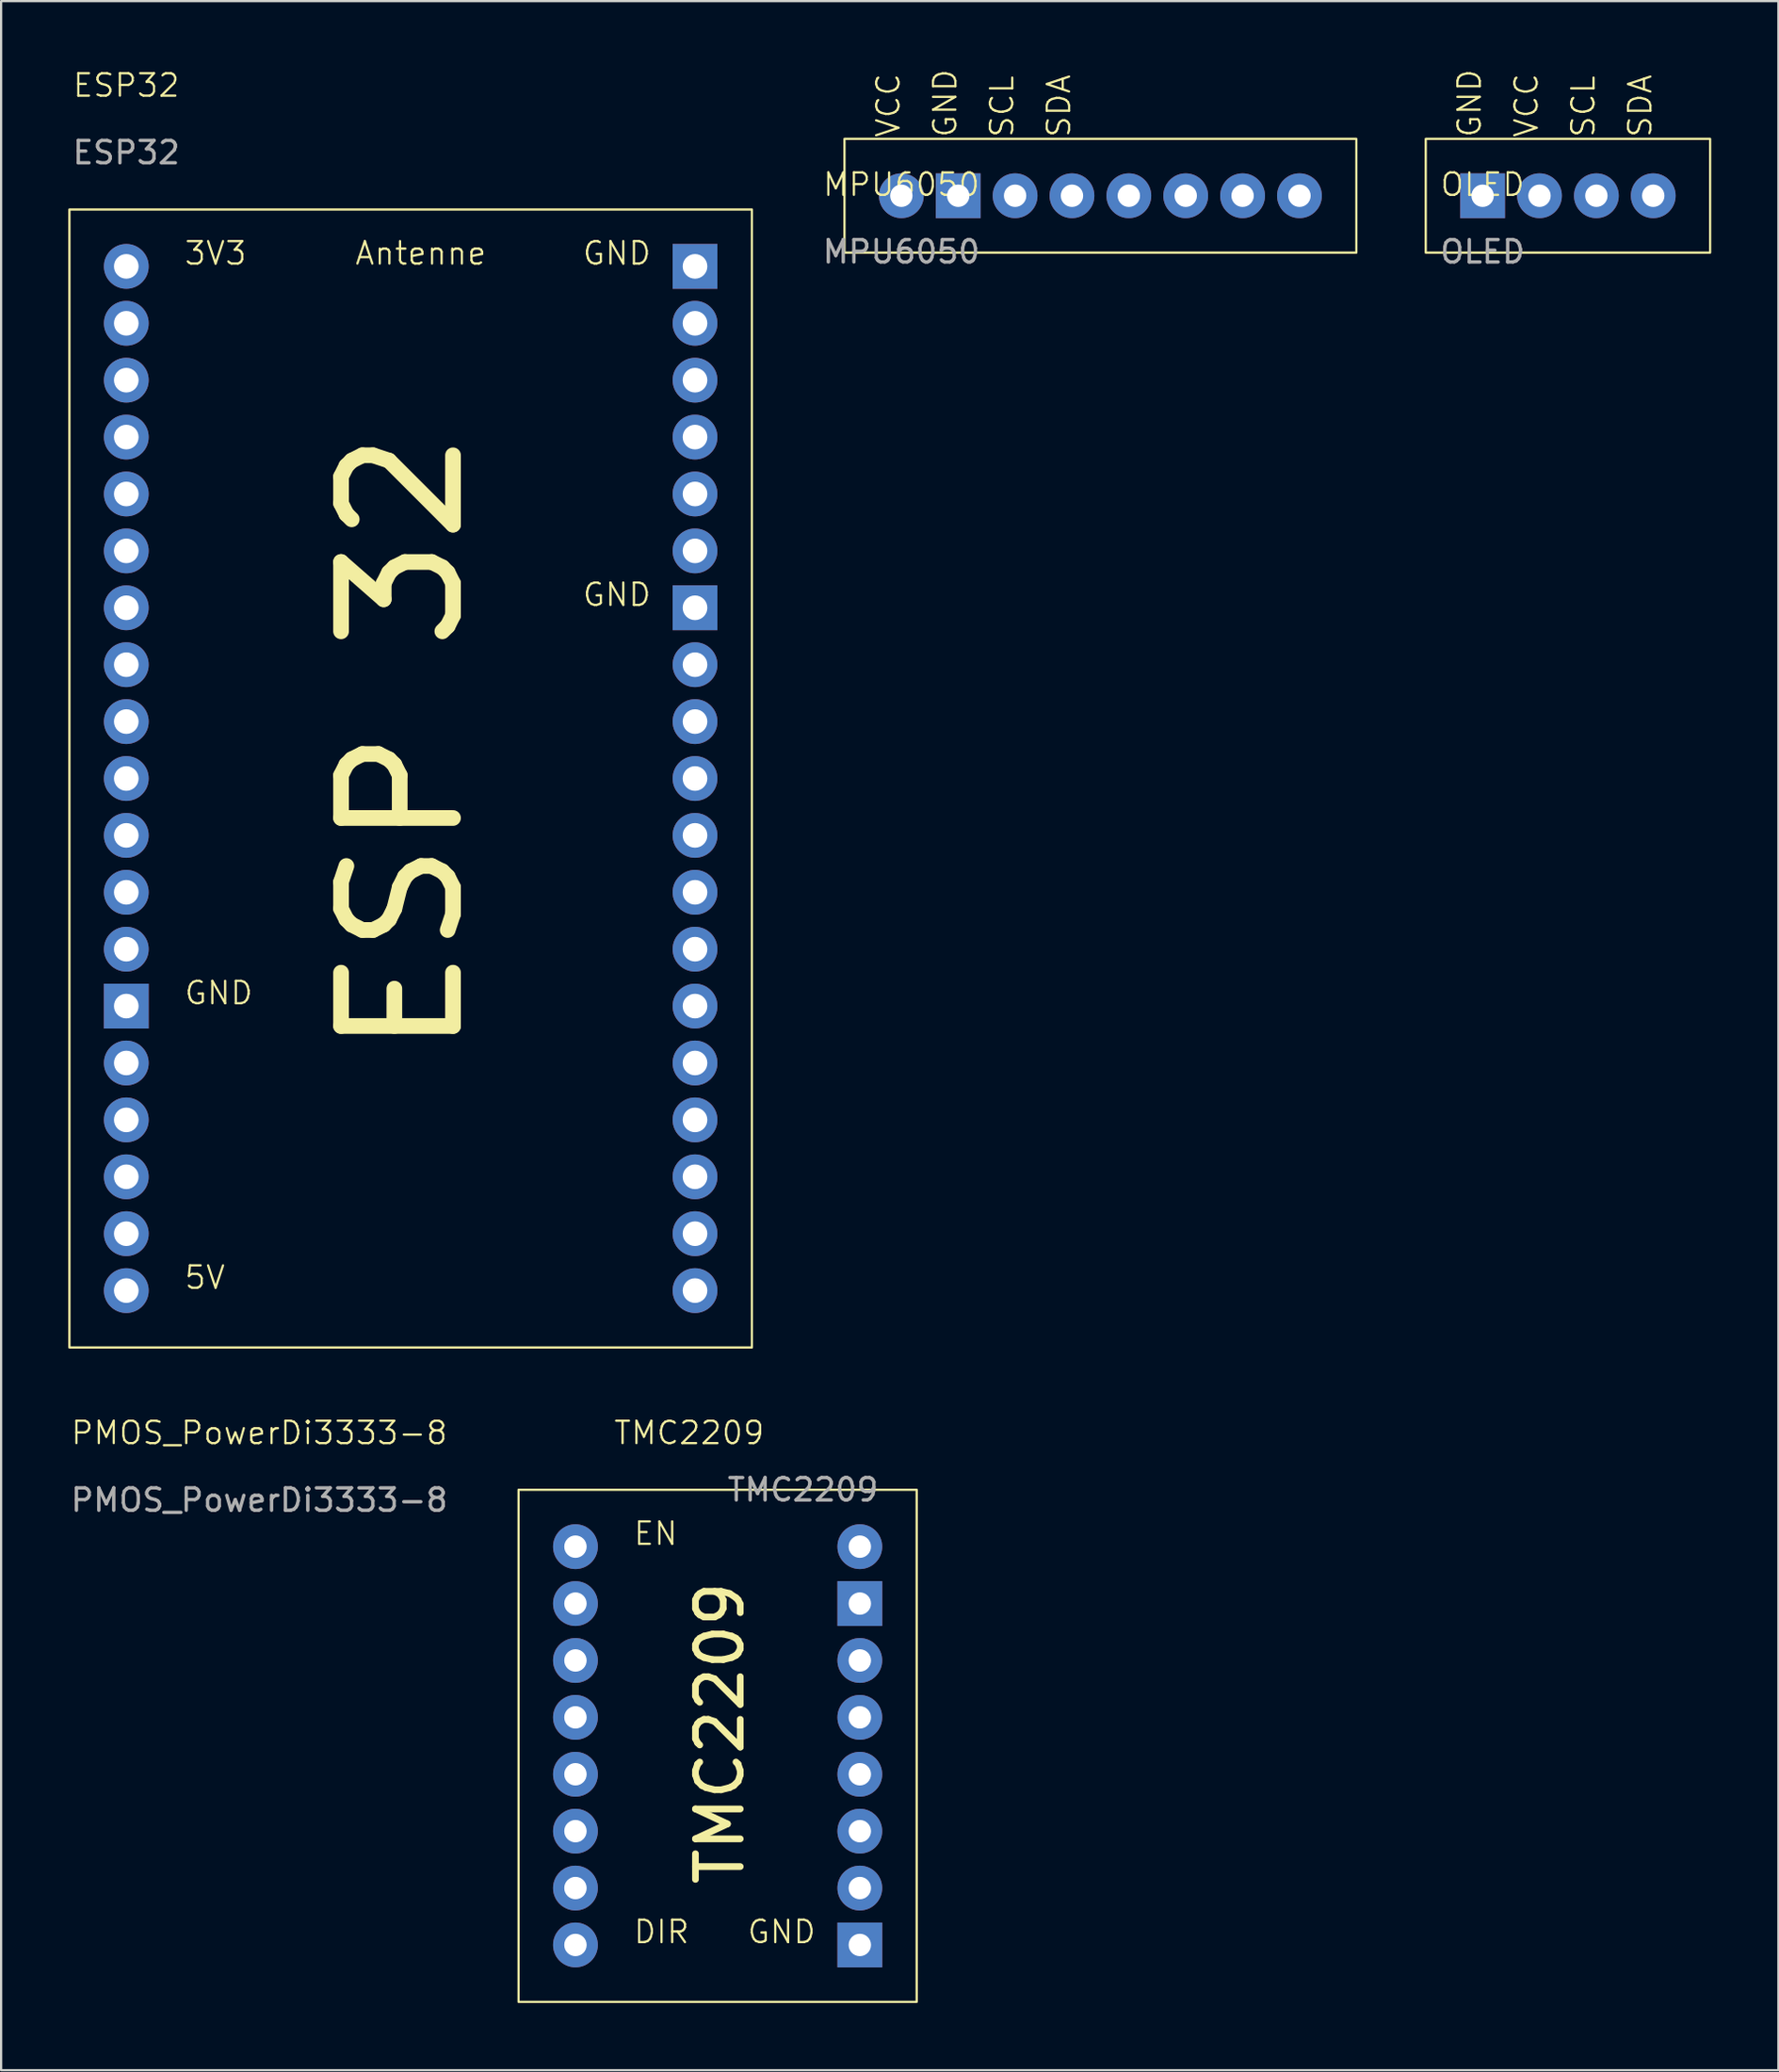
<source format=kicad_pcb>
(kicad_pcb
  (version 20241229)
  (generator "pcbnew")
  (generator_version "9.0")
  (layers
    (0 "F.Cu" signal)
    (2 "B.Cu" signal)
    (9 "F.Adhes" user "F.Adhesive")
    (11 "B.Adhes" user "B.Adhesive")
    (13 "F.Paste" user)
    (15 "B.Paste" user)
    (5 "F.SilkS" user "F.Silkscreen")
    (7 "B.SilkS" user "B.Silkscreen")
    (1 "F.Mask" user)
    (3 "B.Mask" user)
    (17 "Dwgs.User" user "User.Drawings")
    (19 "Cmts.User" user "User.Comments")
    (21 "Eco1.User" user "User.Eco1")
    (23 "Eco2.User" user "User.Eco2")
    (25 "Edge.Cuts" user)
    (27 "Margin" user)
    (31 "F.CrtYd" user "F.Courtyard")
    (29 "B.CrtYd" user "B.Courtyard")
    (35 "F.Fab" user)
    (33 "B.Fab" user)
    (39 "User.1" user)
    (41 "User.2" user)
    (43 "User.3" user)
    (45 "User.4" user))
  (footprint "ESP32"
    (layer "F.Cu")
    (at 2.59 8.841)
    (property "Reference" "ESP32" (at 0 -8.08 0) (unlocked yes) (layer "F.SilkS") (effects (font (size 1 1) (thickness 0.1))))
    (attr through_hole)
    (fp_rect (start -2.54 -2.54) (end 27.94 48.26) (stroke (width 0.1) (type default)) (fill no) (layer "F.SilkS"))
    (fp_text user "Antenne" (at 10.16 0 0) (unlocked yes) (layer "F.SilkS") (effects (font (size 1 1) (thickness 0.1)) (justify left bottom)))
    (fp_text user "GND" (at 2.54 33.02 0) (unlocked yes) (layer "F.SilkS") (effects (font (size 1 1) (thickness 0.1)) (justify left bottom)))
    (fp_text user "5V" (at 2.54 45.72 0) (unlocked yes) (layer "F.SilkS") (effects (font (size 1 1) (thickness 0.1)) (justify left bottom)))
    (fp_text user "3V3" (at 2.54 0 0) (unlocked yes) (layer "F.SilkS") (effects (font (size 1 1) (thickness 0.1)) (justify left bottom)))
    (fp_text user "ESP 32" (at 15.24 35.56 90) (unlocked yes) (layer "F.SilkS") (effects (font (size 5 5) (thickness 0.7)) (justify left bottom)))
    (fp_text user "GND" (at 20.32 0 0) (unlocked yes) (layer "F.SilkS") (effects (font (size 1 1) (thickness 0.1)) (justify left bottom)))
    (fp_text user "GND" (at 20.32 15.24 0) (unlocked yes) (layer "F.SilkS") (effects (font (size 1 1) (thickness 0.1)) (justify left bottom)))
    (fp_text user "${REFERENCE}" (at 0 -5.08 0) (unlocked yes) (layer "F.Fab") (effects (font (size 1 1) (thickness 0.15))))
    (pad "1" thru_hole circle (at 0 0) (size 2 2) (drill 1.1) (layers "*.Cu" "*.Mask"))
    (pad "2" thru_hole circle (at 0 2.54) (size 2 2) (drill 1.1) (layers "*.Cu" "*.Mask"))
    (pad "3" thru_hole circle (at 0 5.08) (size 2 2) (drill 1.1) (layers "*.Cu" "*.Mask"))
    (pad "4" thru_hole circle (at 0 7.62) (size 2 2) (drill 1.1) (layers "*.Cu" "*.Mask"))
    (pad "5" thru_hole circle (at 0 10.16) (size 2 2) (drill 1.1) (layers "*.Cu" "*.Mask"))
    (pad "6" thru_hole circle (at 0 12.7) (size 2 2) (drill 1.1) (layers "*.Cu" "*.Mask"))
    (pad "7" thru_hole circle (at 0 15.24) (size 2 2) (drill 1.1) (layers "*.Cu" "*.Mask"))
    (pad "8" thru_hole circle (at 0 17.78) (size 2 2) (drill 1.1) (layers "*.Cu" "*.Mask"))
    (pad "9" thru_hole circle (at 0 20.32) (size 2 2) (drill 1.1) (layers "*.Cu" "*.Mask"))
    (pad "10" thru_hole circle (at 0 22.86) (size 2 2) (drill 1.1) (layers "*.Cu" "*.Mask"))
    (pad "11" thru_hole circle (at 0 25.4) (size 2 2) (drill 1.1) (layers "*.Cu" "*.Mask"))
    (pad "12" thru_hole circle (at 0 27.94) (size 2 2) (drill 1.1) (layers "*.Cu" "*.Mask"))
    (pad "13" thru_hole circle (at 0 30.48) (size 2 2) (drill 1.1) (layers "*.Cu" "*.Mask"))
    (pad "14" thru_hole rect (at 0 33.02) (size 2 2) (drill 1.1) (layers "*.Cu" "*.Mask"))
    (pad "15" thru_hole circle (at 0 35.56) (size 2 2) (drill 1.1) (layers "*.Cu" "*.Mask"))
    (pad "16" thru_hole circle (at 0 38.1) (size 2 2) (drill 1.1) (layers "*.Cu" "*.Mask"))
    (pad "17" thru_hole circle (at 0 40.64) (size 2 2) (drill 1.1) (layers "*.Cu" "*.Mask"))
    (pad "18" thru_hole circle (at 0 43.18) (size 2 2) (drill 1.1) (layers "*.Cu" "*.Mask"))
    (pad "19" thru_hole circle (at 0 45.72) (size 2 2) (drill 1.1) (layers "*.Cu" "*.Mask"))
    (pad "20" thru_hole rect (at 25.4 0) (size 2 2) (drill 1.1) (layers "*.Cu" "*.Mask"))
    (pad "21" thru_hole circle (at 25.4 2.54) (size 2 2) (drill 1.1) (layers "*.Cu" "*.Mask"))
    (pad "22" thru_hole circle (at 25.4 5.08) (size 2 2) (drill 1.1) (layers "*.Cu" "*.Mask"))
    (pad "23" thru_hole circle (at 25.4 7.62) (size 2 2) (drill 1.1) (layers "*.Cu" "*.Mask"))
    (pad "24" thru_hole circle (at 25.4 10.16) (size 2 2) (drill 1.1) (layers "*.Cu" "*.Mask"))
    (pad "25" thru_hole circle (at 25.4 12.7) (size 2 2) (drill 1.1) (layers "*.Cu" "*.Mask"))
    (pad "26" thru_hole rect (at 25.4 15.24) (size 2 2) (drill 1.1) (layers "*.Cu" "*.Mask"))
    (pad "27" thru_hole circle (at 25.4 17.78) (size 2 2) (drill 1.1) (layers "*.Cu" "*.Mask"))
    (pad "28" thru_hole circle (at 25.4 20.32) (size 2 2) (drill 1.1) (layers "*.Cu" "*.Mask"))
    (pad "29" thru_hole circle (at 25.4 22.86) (size 2 2) (drill 1.1) (layers "*.Cu" "*.Mask"))
    (pad "30" thru_hole circle (at 25.4 25.4) (size 2 2) (drill 1.1) (layers "*.Cu" "*.Mask"))
    (pad "31" thru_hole circle (at 25.4 27.94) (size 2 2) (drill 1.1) (layers "*.Cu" "*.Mask"))
    (pad "32" thru_hole circle (at 25.4 30.48) (size 2 2) (drill 1.1) (layers "*.Cu" "*.Mask"))
    (pad "33" thru_hole circle (at 25.4 33.02) (size 2 2) (drill 1.1) (layers "*.Cu" "*.Mask"))
    (pad "34" thru_hole circle (at 25.4 35.56) (size 2 2) (drill 1.1) (layers "*.Cu" "*.Mask"))
    (pad "35" thru_hole circle (at 25.4 38.1) (size 2 2) (drill 1.1) (layers "*.Cu" "*.Mask"))
    (pad "36" thru_hole circle (at 25.4 40.64) (size 2 2) (drill 1.1) (layers "*.Cu" "*.Mask"))
    (pad "37" thru_hole circle (at 25.4 43.18) (size 2 2) (drill 1.1) (layers "*.Cu" "*.Mask"))
    (pad "38" thru_hole circle (at 25.4 45.72) (size 2 2) (drill 1.1) (layers "*.Cu" "*.Mask")))
  (footprint "TMC2209"
    (layer "F.Cu")
    (at 22.65 65.991)
    (property "Reference" "TMC2209" (at 5.08 -5.08 0) (unlocked yes) (layer "F.SilkS") (effects (font (size 1 1) (thickness 0.1))))
    (attr through_hole)
    (fp_rect (start -2.54 -2.54) (end 15.24 20.32) (stroke (width 0.1) (type default)) (fill no) (layer "F.SilkS"))
    (fp_text user "DIR" (at 2.54 17.78 0) (unlocked yes) (layer "F.SilkS") (effects (font (size 1 1) (thickness 0.1)) (justify left bottom)))
    (fp_text user "EN" (at 2.54 0 0) (unlocked yes) (layer "F.SilkS") (effects (font (size 1 1) (thickness 0.1)) (justify left bottom)))
    (fp_text user "GND" (at 7.62 17.78 0) (unlocked yes) (layer "F.SilkS") (effects (font (size 1 1) (thickness 0.1)) (justify left bottom)))
    (fp_text user "TMC2209" (at 7.62 15.24 90) (unlocked yes) (layer "F.SilkS") (effects (font (size 2 2) (thickness 0.3)) (justify left bottom)))
    (fp_text user "${REFERENCE}" (at 10.16 -2.54 0) (unlocked yes) (layer "F.Fab") (effects (font (size 1 1) (thickness 0.15))))
    (pad "1" thru_hole circle (at 0 0) (size 2 2) (drill 1) (layers "*.Cu" "*.Mask"))
    (pad "2" thru_hole circle (at 0 2.54) (size 2 2) (drill 1) (layers "*.Cu" "*.Mask"))
    (pad "3" thru_hole circle (at 0 5.08) (size 2 2) (drill 1) (layers "*.Cu" "*.Mask"))
    (pad "4" thru_hole circle (at 0 7.62) (size 2 2) (drill 1) (layers "*.Cu" "*.Mask"))
    (pad "5" thru_hole circle (at 0 10.16) (size 2 2) (drill 1) (layers "*.Cu" "*.Mask"))
    (pad "6" thru_hole circle (at 0 12.7) (size 2 2) (drill 1) (layers "*.Cu" "*.Mask"))
    (pad "7" thru_hole circle (at 0 15.24) (size 2 2) (drill 1) (layers "*.Cu" "*.Mask"))
    (pad "8" thru_hole circle (at 0 17.78) (size 2 2) (drill 1) (layers "*.Cu" "*.Mask"))
    (pad "9" thru_hole circle (at 12.7 0) (size 2 2) (drill 1) (layers "*.Cu" "*.Mask"))
    (pad "10" thru_hole rect (at 12.7 2.54) (size 2 2) (drill 1) (layers "*.Cu" "*.Mask"))
    (pad "11" thru_hole circle (at 12.7 5.08) (size 2 2) (drill 1) (layers "*.Cu" "*.Mask"))
    (pad "12" thru_hole circle (at 12.7 7.62) (size 2 2) (drill 1) (layers "*.Cu" "*.Mask"))
    (pad "13" thru_hole circle (at 12.7 10.16) (size 2 2) (drill 1) (layers "*.Cu" "*.Mask"))
    (pad "14" thru_hole circle (at 12.7 12.7) (size 2 2) (drill 1) (layers "*.Cu" "*.Mask"))
    (pad "15" thru_hole circle (at 12.7 15.24) (size 2 2) (drill 1) (layers "*.Cu" "*.Mask"))
    (pad "16" thru_hole rect (at 12.7 17.78) (size 2 2) (drill 1) (layers "*.Cu" "*.Mask")))
  (footprint "OLED"
    (layer "F.Cu")
    (at 63.165 5.688)
    (property "Reference" "OLED" (at 0 -0.5 0) (unlocked yes) (layer "F.SilkS") (effects (font (size 1 1) (thickness 0.1))))
    (attr through_hole)
    (fp_rect (start -2.54 -2.54) (end 10.16 2.54) (stroke (width 0.1) (type default)) (fill no) (layer "F.SilkS"))
    (fp_text user "VCC" (at 2.54 -2.54 90) (unlocked yes) (layer "F.SilkS") (effects (font (size 1 1) (thickness 0.1)) (justify left bottom)))
    (fp_text user "SCL" (at 5.08 -2.54 90) (unlocked yes) (layer "F.SilkS") (effects (font (size 1 1) (thickness 0.1)) (justify left bottom)))
    (fp_text user "SDA" (at 7.62 -2.54 90) (unlocked yes) (layer "F.SilkS") (effects (font (size 1 1) (thickness 0.1)) (justify left bottom)))
    (fp_text user "GND" (at 0 -2.54 90) (unlocked yes) (layer "F.SilkS") (effects (font (size 1 1) (thickness 0.1)) (justify left bottom)))
    (fp_text user "${REFERENCE}" (at 0 2.5 0) (unlocked yes) (layer "F.Fab") (effects (font (size 1 1) (thickness 0.15))))
    (pad "1" thru_hole rect (at 0 0) (size 2 2) (drill 1) (layers "*.Cu" "*.Mask"))
    (pad "2" thru_hole circle (at 2.54 0) (size 2 2) (drill 1) (layers "*.Cu" "*.Mask"))
    (pad "3" thru_hole circle (at 5.08 0) (size 2 2) (drill 1) (layers "*.Cu" "*.Mask"))
    (pad "4" thru_hole circle (at 7.62 0) (size 2 2) (drill 1) (layers "*.Cu" "*.Mask")))
  (footprint "PMOS_PowerDi3333-8"
    (layer "F.Cu")
    (at 8.53 61.411)
    (property "Reference" "PMOS_PowerDi3333-8" (at 0 -0.5 0) (unlocked yes) (layer "F.SilkS") (effects (font (size 1 1) (thickness 0.1))))
    (attr through_hole)
    (fp_text user "${REFERENCE}" (at 0 2.5 0) (unlocked yes) (layer "F.Fab") (effects (font (size 1 1) (thickness 0.15)))))
  (footprint "MPU6050"
    (layer "F.Cu")
    (at 37.205 5.688)
    (property "Reference" "MPU6050" (at 0 -0.5 0) (unlocked yes) (layer "F.SilkS") (effects (font (size 1 1) (thickness 0.1))))
    (attr through_hole)
    (fp_rect (start -2.54 -2.54) (end 20.32 2.54) (stroke (width 0.1) (type default)) (fill no) (layer "F.SilkS"))
    (fp_text user "VCC" (at 0 -2.54 90) (unlocked yes) (layer "F.SilkS") (effects (font (size 1 1) (thickness 0.1)) (justify left bottom)))
    (fp_text user "SCL" (at 5.08 -2.54 90) (unlocked yes) (layer "F.SilkS") (effects (font (size 1 1) (thickness 0.1)) (justify left bottom)))
    (fp_text user "GND" (at 2.54 -2.54 90) (unlocked yes) (layer "F.SilkS") (effects (font (size 1 1) (thickness 0.1)) (justify left bottom)))
    (fp_text user "SDA" (at 7.62 -2.54 90) (unlocked yes) (layer "F.SilkS") (effects (font (size 1 1) (thickness 0.1)) (justify left bottom)))
    (fp_text user "${REFERENCE}" (at 0 2.5 0) (unlocked yes) (layer "F.Fab") (effects (font (size 1 1) (thickness 0.15))))
    (pad "1" thru_hole circle (at 0 0) (size 2 2) (drill 1) (layers "*.Cu" "*.Mask"))
    (pad "2" thru_hole rect (at 2.54 0) (size 2 2) (drill 1) (layers "*.Cu" "*.Mask"))
    (pad "3" thru_hole circle (at 5.08 0) (size 2 2) (drill 1) (layers "*.Cu" "*.Mask"))
    (pad "4" thru_hole circle (at 7.62 0) (size 2 2) (drill 1) (layers "*.Cu" "*.Mask"))
    (pad "5" thru_hole circle (at 10.16 0) (size 2 2) (drill 1) (layers "*.Cu" "*.Mask"))
    (pad "6" thru_hole circle (at 12.7 0) (size 2 2) (drill 1) (layers "*.Cu" "*.Mask"))
    (pad "7" thru_hole circle (at 15.24 0) (size 2 2) (drill 1) (layers "*.Cu" "*.Mask"))
    (pad "8" thru_hole circle (at 17.78 0) (size 2 2) (drill 1) (layers "*.Cu" "*.Mask")))
  (gr_rect
    (start -3 -3)
    (end 76.375 89.361)
    (stroke (width 0.1) (type default))
    (fill no)
    (layer "Edge.Cuts")))
</source>
